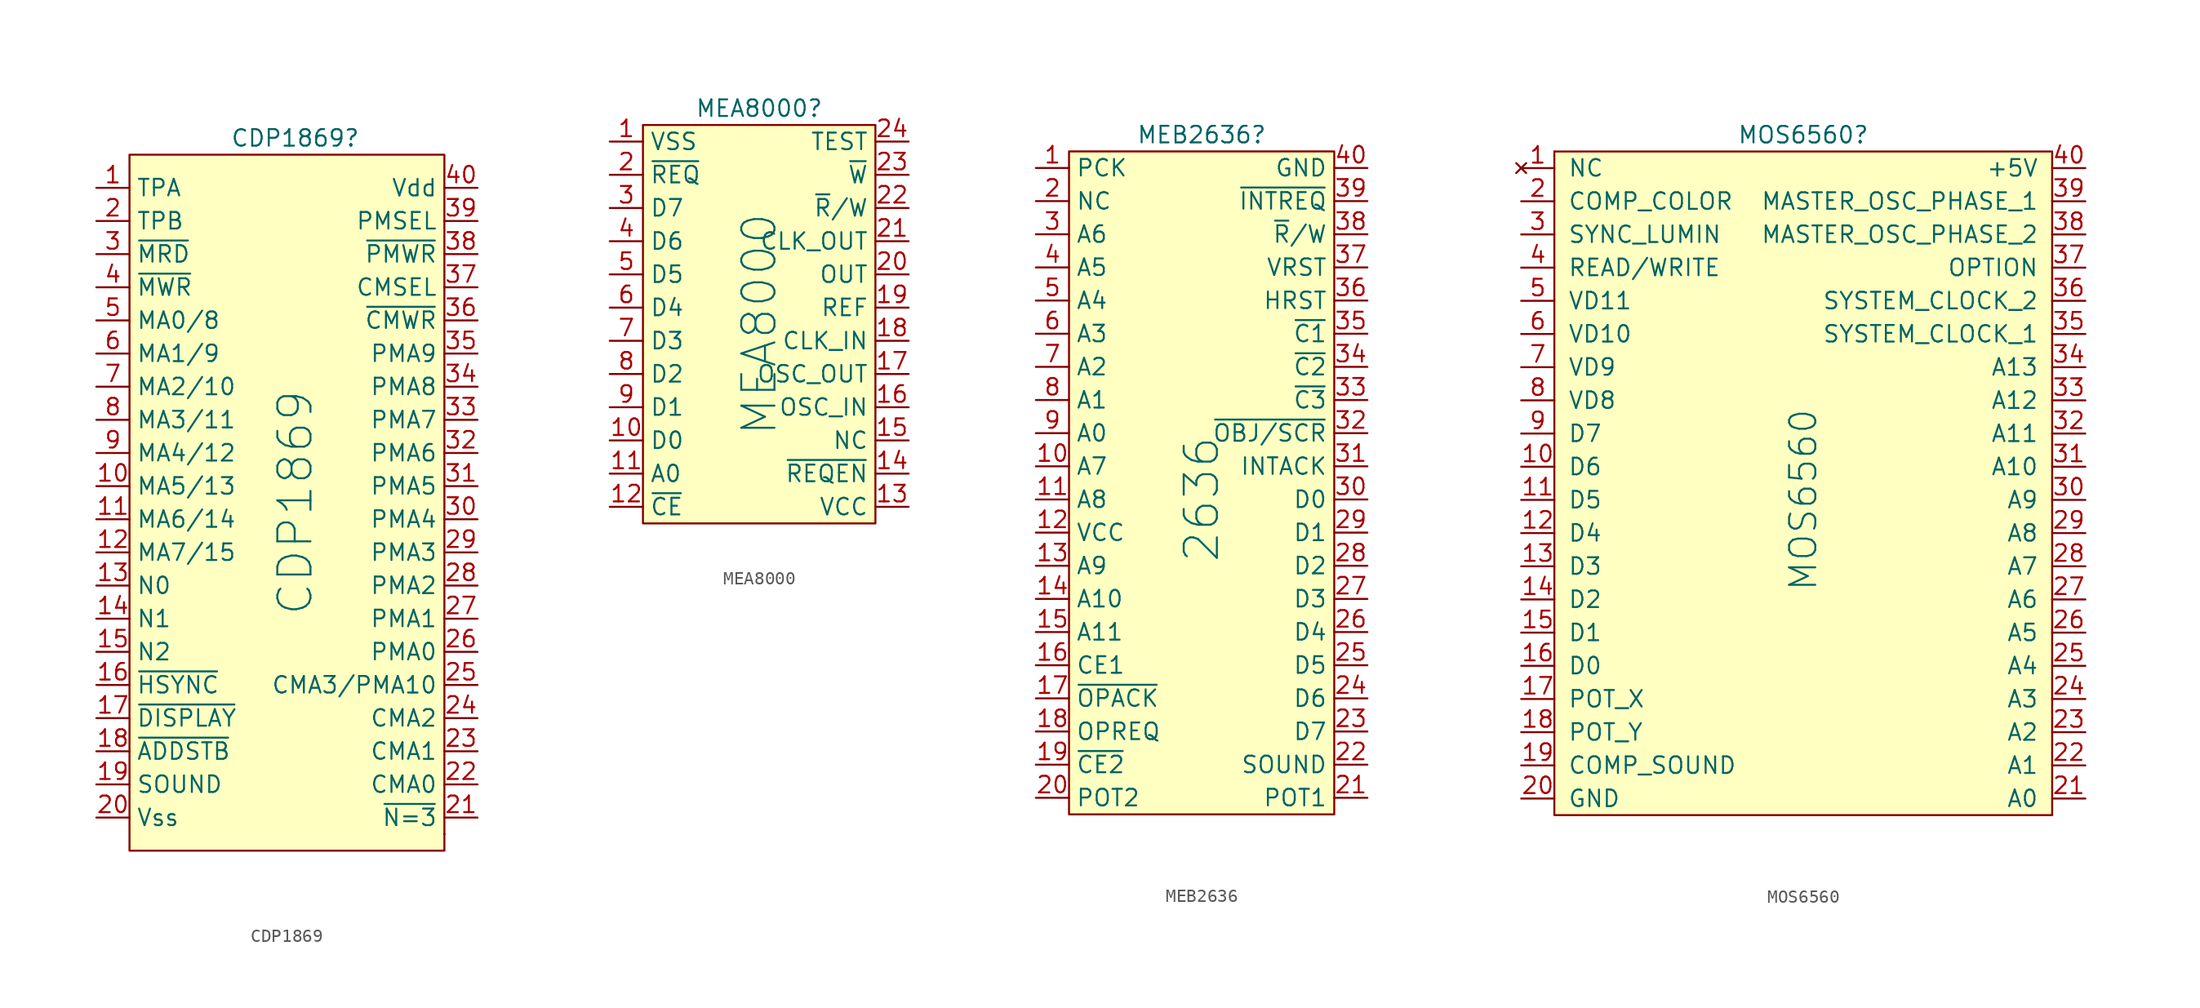
<source format=kicad_sym>
(kicad_symbol_lib
  (version 20220914)
  (generator kicad_symbol_editor)
  (symbol "CDP1869"
    (property "Reference" "CDP1869"
      (at 0 27.94 0)
      (effects (font (size 1.27 1.27))))
    (property "Value" "CDP1869"
      (at 0 0 90)
      (effects (font (size 2.54 2.54))))
    (symbol "CDP1869_0_0"
      (pin input line (at -15.24 24.13 0) (length 2.54) (name "TPA" (effects (font (size 1.27 1.27)))) (number "1" (effects (font (size 1.27 1.27)))))
      (pin input line (at -15.24 1.27 0) (length 2.54) (name "MA5/13" (effects (font (size 1.27 1.27)))) (number "10" (effects (font (size 1.27 1.27)))))
      (pin input line (at -15.24 -1.27 0) (length 2.54) (name "MA6/14" (effects (font (size 1.27 1.27)))) (number "11" (effects (font (size 1.27 1.27)))))
      (pin input line (at -15.24 -3.81 0) (length 2.54) (name "MA7/15" (effects (font (size 1.27 1.27)))) (number "12" (effects (font (size 1.27 1.27)))))
      (pin input line (at -15.24 -6.35 0) (length 2.54) (name "N0" (effects (font (size 1.27 1.27)))) (number "13" (effects (font (size 1.27 1.27)))))
      (pin input line (at -15.24 -8.89 0) (length 2.54) (name "N1" (effects (font (size 1.27 1.27)))) (number "14" (effects (font (size 1.27 1.27)))))
      (pin input line (at -15.24 -11.43 0) (length 2.54) (name "N2" (effects (font (size 1.27 1.27)))) (number "15" (effects (font (size 1.27 1.27)))))
      (pin input line (at -15.24 -13.97 0) (length 2.54) (name "~{HSYNC}" (effects (font (size 1.27 1.27)))) (number "16" (effects (font (size 1.27 1.27)))))
      (pin input line (at -15.24 -16.51 0) (length 2.54) (name "~{DISPLAY}" (effects (font (size 1.27 1.27)))) (number "17" (effects (font (size 1.27 1.27)))))
      (pin input line (at -15.24 -19.05 0) (length 2.54) (name "~{ADDSTB}" (effects (font (size 1.27 1.27)))) (number "18" (effects (font (size 1.27 1.27)))))
      (pin output line (at -15.24 -21.59 0) (length 2.54) (name "SOUND" (effects (font (size 1.27 1.27)))) (number "19" (effects (font (size 1.27 1.27)))))
      (pin input line (at -15.24 21.59 0) (length 2.54) (name "TPB" (effects (font (size 1.27 1.27)))) (number "2" (effects (font (size 1.27 1.27)))))
      (pin input line (at -15.24 19.05 0) (length 2.54) (name "~{MRD}" (effects (font (size 1.27 1.27)))) (number "3" (effects (font (size 1.27 1.27)))))
      (pin input line (at -15.24 16.51 0) (length 2.54) (name "~{MWR}" (effects (font (size 1.27 1.27)))) (number "4" (effects (font (size 1.27 1.27)))))
      (pin input line (at -15.24 13.97 0) (length 2.54) (name "MA0/8" (effects (font (size 1.27 1.27)))) (number "5" (effects (font (size 1.27 1.27)))))
      (pin input line (at -15.24 11.43 0) (length 2.54) (name "MA1/9" (effects (font (size 1.27 1.27)))) (number "6" (effects (font (size 1.27 1.27)))))
      (pin input line (at -15.24 8.89 0) (length 2.54) (name "MA2/10" (effects (font (size 1.27 1.27)))) (number "7" (effects (font (size 1.27 1.27)))))
      (pin input line (at -15.24 6.35 0) (length 2.54) (name "MA3/11" (effects (font (size 1.27 1.27)))) (number "8" (effects (font (size 1.27 1.27)))))
      (pin input line (at -15.24 3.81 0) (length 2.54) (name "MA4/12" (effects (font (size 1.27 1.27)))) (number "9" (effects (font (size 1.27 1.27))))))
    (symbol "CDP1869_0_1"
      (rectangle (start 11.43 -25.4) (end 11.43 -25.4) (stroke (width 0) (type default)) (fill (type none)))
      (rectangle (start 11.43 -25.4) (end 11.43 -25.4) (stroke (width 0) (type default)) (fill (type none))))
    (symbol "CDP1869_1_0"
      (pin passive line (at -15.24 -24.13 0) (length 2.54) (name "Vss" (effects (font (size 1.27 1.27)))) (number "20" (effects (font (size 1.27 1.27)))))
      (pin output line (at 13.97 -24.13 180) (length 2.54) (name "~{N=3}" (effects (font (size 1.27 1.27)))) (number "21" (effects (font (size 1.27 1.27)))))
      (pin output line (at 13.97 -21.59 180) (length 2.54) (name "CMA0" (effects (font (size 1.27 1.27)))) (number "22" (effects (font (size 1.27 1.27)))))
      (pin output line (at 13.97 -19.05 180) (length 2.54) (name "CMA1" (effects (font (size 1.27 1.27)))) (number "23" (effects (font (size 1.27 1.27)))))
      (pin output line (at 13.97 -16.51 180) (length 2.54) (name "CMA2" (effects (font (size 1.27 1.27)))) (number "24" (effects (font (size 1.27 1.27)))))
      (pin output line (at 13.97 -13.97 180) (length 2.54) (name "CMA3/PMA10" (effects (font (size 1.27 1.27)))) (number "25" (effects (font (size 1.27 1.27)))))
      (pin output line (at 13.97 -11.43 180) (length 2.54) (name "PMA0" (effects (font (size 1.27 1.27)))) (number "26" (effects (font (size 1.27 1.27)))))
      (pin output line (at 13.97 -8.89 180) (length 2.54) (name "PMA1" (effects (font (size 1.27 1.27)))) (number "27" (effects (font (size 1.27 1.27)))))
      (pin output line (at 13.97 -6.35 180) (length 2.54) (name "PMA2" (effects (font (size 1.27 1.27)))) (number "28" (effects (font (size 1.27 1.27)))))
      (pin output line (at 13.97 -3.81 180) (length 2.54) (name "PMA3" (effects (font (size 1.27 1.27)))) (number "29" (effects (font (size 1.27 1.27)))))
      (pin output line (at 13.97 -1.27 180) (length 2.54) (name "PMA4" (effects (font (size 1.27 1.27)))) (number "30" (effects (font (size 1.27 1.27)))))
      (pin output line (at 13.97 1.27 180) (length 2.54) (name "PMA5" (effects (font (size 1.27 1.27)))) (number "31" (effects (font (size 1.27 1.27)))))
      (pin output line (at 13.97 3.81 180) (length 2.54) (name "PMA6" (effects (font (size 1.27 1.27)))) (number "32" (effects (font (size 1.27 1.27)))))
      (pin output line (at 13.97 6.35 180) (length 2.54) (name "PMA7" (effects (font (size 1.27 1.27)))) (number "33" (effects (font (size 1.27 1.27)))))
      (pin output line (at 13.97 8.89 180) (length 2.54) (name "PMA8" (effects (font (size 1.27 1.27)))) (number "34" (effects (font (size 1.27 1.27)))))
      (pin output line (at 13.97 11.43 180) (length 2.54) (name "PMA9" (effects (font (size 1.27 1.27)))) (number "35" (effects (font (size 1.27 1.27)))))
      (pin output line (at 13.97 13.97 180) (length 2.54) (name "~{CMWR}" (effects (font (size 1.27 1.27)))) (number "36" (effects (font (size 1.27 1.27)))))
      (pin output line (at 13.97 16.51 180) (length 2.54) (name "CMSEL" (effects (font (size 1.27 1.27)))) (number "37" (effects (font (size 1.27 1.27)))))
      (pin output line (at 13.97 19.05 180) (length 2.54) (name "~{PMWR}" (effects (font (size 1.27 1.27)))) (number "38" (effects (font (size 1.27 1.27)))))
      (pin output line (at 13.97 21.59 180) (length 2.54) (name "PMSEL" (effects (font (size 1.27 1.27)))) (number "39" (effects (font (size 1.27 1.27)))))
      (pin power_in line (at 13.97 24.13 180) (length 2.54) (name "Vdd" (effects (font (size 1.27 1.27)))) (number "40" (effects (font (size 1.27 1.27))))))
    (symbol "CDP1869_1_1"
      (rectangle (start -12.7 26.67) (end 11.43 -26.67) (stroke (width 0) (type default)) (fill (type background)))))
  (symbol "MEA8000"
    (property "Reference" "MEA8000"
      (at 0 16.51 0)
      (effects (font (size 1.27 1.27))))
    (property "Value" "MEA8000"
      (at 0 0 90)
      (effects (font (size 2.54 2.54))))
    (symbol "MEA8000_0_0"
      (pin input line (at -11.43 13.97 0) (length 2.54) (name "VSS" (effects (font (size 1.27 1.27)))) (number "1" (effects (font (size 1.27 1.27)))))
      (pin bidirectional line (at -11.43 -8.89 0) (length 2.54) (name "D0" (effects (font (size 1.27 1.27)))) (number "10" (effects (font (size 1.27 1.27)))))
      (pin input line (at -11.43 -11.43 0) (length 2.54) (name "A0" (effects (font (size 1.27 1.27)))) (number "11" (effects (font (size 1.27 1.27)))))
      (pin input line (at -11.43 -13.97 0) (length 2.54) (name "~{CE}" (effects (font (size 1.27 1.27)))) (number "12" (effects (font (size 1.27 1.27)))))
      (pin power_in line (at 11.43 -13.97 180) (length 2.54) (name "VCC" (effects (font (size 1.27 1.27)))) (number "13" (effects (font (size 1.27 1.27)))))
      (pin input line (at 11.43 -11.43 180) (length 2.54) (name "~{REQEN}" (effects (font (size 1.27 1.27)))) (number "14" (effects (font (size 1.27 1.27)))))
      (pin unspecified line (at 11.43 -8.89 180) (length 2.54) (name "NC" (effects (font (size 1.27 1.27)))) (number "15" (effects (font (size 1.27 1.27)))))
      (pin input line (at 11.43 -6.35 180) (length 2.54) (name "OSC_IN" (effects (font (size 1.27 1.27)))) (number "16" (effects (font (size 1.27 1.27)))))
      (pin output line (at 11.43 -3.81 180) (length 2.54) (name "OSC_OUT" (effects (font (size 1.27 1.27)))) (number "17" (effects (font (size 1.27 1.27)))))
      (pin input line (at 11.43 -1.27 180) (length 2.54) (name "CLK_IN" (effects (font (size 1.27 1.27)))) (number "18" (effects (font (size 1.27 1.27)))))
      (pin input line (at 11.43 1.27 180) (length 2.54) (name "REF" (effects (font (size 1.27 1.27)))) (number "19" (effects (font (size 1.27 1.27)))))
      (pin output line (at -11.43 11.43 0) (length 2.54) (name "~{REQ}" (effects (font (size 1.27 1.27)))) (number "2" (effects (font (size 1.27 1.27)))))
      (pin output line (at 11.43 3.81 180) (length 2.54) (name "OUT" (effects (font (size 1.27 1.27)))) (number "20" (effects (font (size 1.27 1.27)))))
      (pin output line (at 11.43 6.35 180) (length 2.54) (name "CLK_OUT" (effects (font (size 1.27 1.27)))) (number "21" (effects (font (size 1.27 1.27)))))
      (pin input line (at 11.43 8.89 180) (length 2.54) (name "~{R}/W" (effects (font (size 1.27 1.27)))) (number "22" (effects (font (size 1.27 1.27)))))
      (pin input line (at 11.43 11.43 180) (length 2.54) (name "~{W}" (effects (font (size 1.27 1.27)))) (number "23" (effects (font (size 1.27 1.27)))))
      (pin input line (at 11.43 13.97 180) (length 2.54) (name "TEST" (effects (font (size 1.27 1.27)))) (number "24" (effects (font (size 1.27 1.27)))))
      (pin bidirectional line (at -11.43 8.89 0) (length 2.54) (name "D7" (effects (font (size 1.27 1.27)))) (number "3" (effects (font (size 1.27 1.27)))))
      (pin bidirectional line (at -11.43 6.35 0) (length 2.54) (name "D6" (effects (font (size 1.27 1.27)))) (number "4" (effects (font (size 1.27 1.27)))))
      (pin bidirectional line (at -11.43 3.81 0) (length 2.54) (name "D5" (effects (font (size 1.27 1.27)))) (number "5" (effects (font (size 1.27 1.27)))))
      (pin bidirectional line (at -11.43 1.27 0) (length 2.54) (name "D4" (effects (font (size 1.27 1.27)))) (number "6" (effects (font (size 1.27 1.27)))))
      (pin bidirectional line (at -11.43 -1.27 0) (length 2.54) (name "D3" (effects (font (size 1.27 1.27)))) (number "7" (effects (font (size 1.27 1.27)))))
      (pin bidirectional line (at -11.43 -3.81 0) (length 2.54) (name "D2" (effects (font (size 1.27 1.27)))) (number "8" (effects (font (size 1.27 1.27)))))
      (pin bidirectional line (at -11.43 -6.35 0) (length 2.54) (name "D1" (effects (font (size 1.27 1.27)))) (number "9" (effects (font (size 1.27 1.27))))))
    (symbol "MEA8000_1_1"
      (rectangle (start -8.89 15.24) (end 8.89 -15.24) (stroke (width 0) (type default)) (fill (type background)))))
  (symbol "MEB2636"
    (property "Reference" "MEB2636"
      (at 0 26.67 0)
      (effects (font (size 1.27 1.27))))
    (property "Value" "2636"
      (at 0 -1.27 90)
      (effects (font (size 2.54 2.54))))
    (symbol "MEB2636_0_0"
      (pin input line (at -12.7 24.13 0) (length 2.54) (name "PCK" (effects (font (size 1.27 1.27)))) (number "1" (effects (font (size 1.27 1.27)))))
      (pin input line (at -12.7 1.27 0) (length 2.54) (name "A7" (effects (font (size 1.27 1.27)))) (number "10" (effects (font (size 1.27 1.27)))))
      (pin input line (at -12.7 -1.27 0) (length 2.54) (name "A8" (effects (font (size 1.27 1.27)))) (number "11" (effects (font (size 1.27 1.27)))))
      (pin power_in line (at -12.7 -3.81 0) (length 2.54) (name "VCC" (effects (font (size 1.27 1.27)))) (number "12" (effects (font (size 1.27 1.27)))))
      (pin input line (at -12.7 -6.35 0) (length 2.54) (name "A9" (effects (font (size 1.27 1.27)))) (number "13" (effects (font (size 1.27 1.27)))))
      (pin input line (at -12.7 -8.89 0) (length 2.54) (name "A10" (effects (font (size 1.27 1.27)))) (number "14" (effects (font (size 1.27 1.27)))))
      (pin input line (at -12.7 -11.43 0) (length 2.54) (name "A11" (effects (font (size 1.27 1.27)))) (number "15" (effects (font (size 1.27 1.27)))))
      (pin output line (at -12.7 -13.97 0) (length 2.54) (name "CE1" (effects (font (size 1.27 1.27)))) (number "16" (effects (font (size 1.27 1.27)))))
      (pin output line (at -12.7 -16.51 0) (length 2.54) (name "~{OPACK}" (effects (font (size 1.27 1.27)))) (number "17" (effects (font (size 1.27 1.27)))))
      (pin input line (at -12.7 -19.05 0) (length 2.54) (name "OPREQ" (effects (font (size 1.27 1.27)))) (number "18" (effects (font (size 1.27 1.27)))))
      (pin output line (at -12.7 -21.59 0) (length 2.54) (name "~{CE2}" (effects (font (size 1.27 1.27)))) (number "19" (effects (font (size 1.27 1.27)))))
      (pin free line (at -12.7 21.59 0) (length 2.54) (name "NC" (effects (font (size 1.27 1.27)))) (number "2" (effects (font (size 1.27 1.27)))))
      (pin input line (at -12.7 -24.13 0) (length 2.54) (name "POT2" (effects (font (size 1.27 1.27)))) (number "20" (effects (font (size 1.27 1.27)))))
      (pin input line (at 12.7 -24.13 180) (length 2.54) (name "POT1" (effects (font (size 1.27 1.27)))) (number "21" (effects (font (size 1.27 1.27)))))
      (pin output line (at 12.7 -21.59 180) (length 2.54) (name "SOUND" (effects (font (size 1.27 1.27)))) (number "22" (effects (font (size 1.27 1.27)))))
      (pin bidirectional line (at 12.7 -19.05 180) (length 2.54) (name "D7" (effects (font (size 1.27 1.27)))) (number "23" (effects (font (size 1.27 1.27)))))
      (pin bidirectional line (at 12.7 -16.51 180) (length 2.54) (name "D6" (effects (font (size 1.27 1.27)))) (number "24" (effects (font (size 1.27 1.27)))))
      (pin bidirectional line (at 12.7 -13.97 180) (length 2.54) (name "D5" (effects (font (size 1.27 1.27)))) (number "25" (effects (font (size 1.27 1.27)))))
      (pin bidirectional line (at 12.7 -11.43 180) (length 2.54) (name "D4" (effects (font (size 1.27 1.27)))) (number "26" (effects (font (size 1.27 1.27)))))
      (pin bidirectional line (at 12.7 -8.89 180) (length 2.54) (name "D3" (effects (font (size 1.27 1.27)))) (number "27" (effects (font (size 1.27 1.27)))))
      (pin bidirectional line (at 12.7 -6.35 180) (length 2.54) (name "D2" (effects (font (size 1.27 1.27)))) (number "28" (effects (font (size 1.27 1.27)))))
      (pin bidirectional line (at 12.7 -3.81 180) (length 2.54) (name "D1" (effects (font (size 1.27 1.27)))) (number "29" (effects (font (size 1.27 1.27)))))
      (pin input line (at -12.7 19.05 0) (length 2.54) (name "A6" (effects (font (size 1.27 1.27)))) (number "3" (effects (font (size 1.27 1.27)))))
      (pin bidirectional line (at 12.7 -1.27 180) (length 2.54) (name "D0" (effects (font (size 1.27 1.27)))) (number "30" (effects (font (size 1.27 1.27)))))
      (pin input line (at 12.7 1.27 180) (length 2.54) (name "INTACK" (effects (font (size 1.27 1.27)))) (number "31" (effects (font (size 1.27 1.27)))))
      (pin output line (at 12.7 3.81 180) (length 2.54) (name "~{OBJ/SCR}" (effects (font (size 1.27 1.27)))) (number "32" (effects (font (size 1.27 1.27)))))
      (pin output line (at 12.7 6.35 180) (length 2.54) (name "~{C3}\n" (effects (font (size 1.27 1.27)))) (number "33" (effects (font (size 1.27 1.27)))))
      (pin output line (at 12.7 8.89 180) (length 2.54) (name "~{C2}" (effects (font (size 1.27 1.27)))) (number "34" (effects (font (size 1.27 1.27)))))
      (pin output line (at 12.7 11.43 180) (length 2.54) (name "~{C1}" (effects (font (size 1.27 1.27)))) (number "35" (effects (font (size 1.27 1.27)))))
      (pin input line (at 12.7 13.97 180) (length 2.54) (name "HRST" (effects (font (size 1.27 1.27)))) (number "36" (effects (font (size 1.27 1.27)))))
      (pin input line (at 12.7 16.51 180) (length 2.54) (name "VRST" (effects (font (size 1.27 1.27)))) (number "37" (effects (font (size 1.27 1.27)))))
      (pin input line (at 12.7 19.05 180) (length 2.54) (name "~{R}/W" (effects (font (size 1.27 1.27)))) (number "38" (effects (font (size 1.27 1.27)))))
      (pin output line (at 12.7 21.59 180) (length 2.54) (name "~{INTREQ}" (effects (font (size 1.27 1.27)))) (number "39" (effects (font (size 1.27 1.27)))))
      (pin input line (at -12.7 16.51 0) (length 2.54) (name "A5" (effects (font (size 1.27 1.27)))) (number "4" (effects (font (size 1.27 1.27)))))
      (pin passive line (at 12.7 24.13 180) (length 2.54) (name "GND" (effects (font (size 1.27 1.27)))) (number "40" (effects (font (size 1.27 1.27)))))
      (pin input line (at -12.7 13.97 0) (length 2.54) (name "A4" (effects (font (size 1.27 1.27)))) (number "5" (effects (font (size 1.27 1.27)))))
      (pin input line (at -12.7 11.43 0) (length 2.54) (name "A3" (effects (font (size 1.27 1.27)))) (number "6" (effects (font (size 1.27 1.27)))))
      (pin input line (at -12.7 8.89 0) (length 2.54) (name "A2" (effects (font (size 1.27 1.27)))) (number "7" (effects (font (size 1.27 1.27)))))
      (pin input line (at -12.7 6.35 0) (length 2.54) (name "A1" (effects (font (size 1.27 1.27)))) (number "8" (effects (font (size 1.27 1.27)))))
      (pin input line (at -12.7 3.81 0) (length 2.54) (name "A0" (effects (font (size 1.27 1.27)))) (number "9" (effects (font (size 1.27 1.27))))))
    (symbol "MEB2636_1_1"
      (rectangle (start -10.16 25.4) (end 10.16 -25.4) (stroke (width 0) (type default)) (fill (type background)))))
  (symbol "MOS6560"
    (pin_names
      (offset 1.016))
    (property "Reference" "MOS6560"
      (at 0 22.86 0)
      (effects (font (size 1.27 1.27))))
    (property "Value" "MOS6560"
      (at 0 -5.08 90)
      (effects (font (size 2.007 2.007))))
    (symbol "MOS6560_0_1"
      (rectangle (start -19.05 21.59) (end -19.05 21.59) (stroke (width 0) (type solid)) (fill (type none)))
      (rectangle (start -19.05 21.59) (end 19.05 -29.21) (stroke (width 0) (type solid)) (fill (type background))))
    (symbol "MOS6560_1_1"
      (pin no_connect line (at -21.59 20.32 0) (length 2.54) (name "NC" (effects (font (size 1.27 1.27)))) (number "1" (effects (font (size 1.27 1.27)))))
      (pin bidirectional line (at -21.59 -2.54 0) (length 2.54) (name "D6" (effects (font (size 1.27 1.27)))) (number "10" (effects (font (size 1.27 1.27)))))
      (pin bidirectional line (at -21.59 -5.08 0) (length 2.54) (name "D5" (effects (font (size 1.27 1.27)))) (number "11" (effects (font (size 1.27 1.27)))))
      (pin bidirectional line (at -21.59 -7.62 0) (length 2.54) (name "D4" (effects (font (size 1.27 1.27)))) (number "12" (effects (font (size 1.27 1.27)))))
      (pin bidirectional line (at -21.59 -10.16 0) (length 2.54) (name "D3" (effects (font (size 1.27 1.27)))) (number "13" (effects (font (size 1.27 1.27)))))
      (pin bidirectional line (at -21.59 -12.7 0) (length 2.54) (name "D2" (effects (font (size 1.27 1.27)))) (number "14" (effects (font (size 1.27 1.27)))))
      (pin bidirectional line (at -21.59 -15.24 0) (length 2.54) (name "D1" (effects (font (size 1.27 1.27)))) (number "15" (effects (font (size 1.27 1.27)))))
      (pin bidirectional line (at -21.59 -17.78 0) (length 2.54) (name "D0" (effects (font (size 1.27 1.27)))) (number "16" (effects (font (size 1.27 1.27)))))
      (pin input line (at -21.59 -20.32 0) (length 2.54) (name "POT_X" (effects (font (size 1.27 1.27)))) (number "17" (effects (font (size 1.27 1.27)))))
      (pin input line (at -21.59 -22.86 0) (length 2.54) (name "POT_Y" (effects (font (size 1.27 1.27)))) (number "18" (effects (font (size 1.27 1.27)))))
      (pin output line (at -21.59 -25.4 0) (length 2.54) (name "COMP_SOUND" (effects (font (size 1.27 1.27)))) (number "19" (effects (font (size 1.27 1.27)))))
      (pin output line (at -21.59 17.78 0) (length 2.54) (name "COMP_COLOR" (effects (font (size 1.27 1.27)))) (number "2" (effects (font (size 1.27 1.27)))))
      (pin input line (at -21.59 -27.94 0) (length 2.54) (name "GND" (effects (font (size 1.27 1.27)))) (number "20" (effects (font (size 1.27 1.27)))))
      (pin bidirectional line (at 21.59 -27.94 180) (length 2.54) (name "A0" (effects (font (size 1.27 1.27)))) (number "21" (effects (font (size 1.27 1.27)))))
      (pin bidirectional line (at 21.59 -25.4 180) (length 2.54) (name "A1" (effects (font (size 1.27 1.27)))) (number "22" (effects (font (size 1.27 1.27)))))
      (pin bidirectional line (at 21.59 -22.86 180) (length 2.54) (name "A2" (effects (font (size 1.27 1.27)))) (number "23" (effects (font (size 1.27 1.27)))))
      (pin bidirectional line (at 21.59 -20.32 180) (length 2.54) (name "A3" (effects (font (size 1.27 1.27)))) (number "24" (effects (font (size 1.27 1.27)))))
      (pin bidirectional line (at 21.59 -17.78 180) (length 2.54) (name "A4" (effects (font (size 1.27 1.27)))) (number "25" (effects (font (size 1.27 1.27)))))
      (pin bidirectional line (at 21.59 -15.24 180) (length 2.54) (name "A5" (effects (font (size 1.27 1.27)))) (number "26" (effects (font (size 1.27 1.27)))))
      (pin bidirectional line (at 21.59 -12.7 180) (length 2.54) (name "A6" (effects (font (size 1.27 1.27)))) (number "27" (effects (font (size 1.27 1.27)))))
      (pin bidirectional line (at 21.59 -10.16 180) (length 2.54) (name "A7" (effects (font (size 1.27 1.27)))) (number "28" (effects (font (size 1.27 1.27)))))
      (pin bidirectional line (at 21.59 -7.62 180) (length 2.54) (name "A8" (effects (font (size 1.27 1.27)))) (number "29" (effects (font (size 1.27 1.27)))))
      (pin output line (at -21.59 15.24 0) (length 2.54) (name "SYNC_LUMIN" (effects (font (size 1.27 1.27)))) (number "3" (effects (font (size 1.27 1.27)))))
      (pin bidirectional line (at 21.59 -5.08 180) (length 2.54) (name "A9" (effects (font (size 1.27 1.27)))) (number "30" (effects (font (size 1.27 1.27)))))
      (pin bidirectional line (at 21.59 -2.54 180) (length 2.54) (name "A10" (effects (font (size 1.27 1.27)))) (number "31" (effects (font (size 1.27 1.27)))))
      (pin bidirectional line (at 21.59 0 180) (length 2.54) (name "A11" (effects (font (size 1.27 1.27)))) (number "32" (effects (font (size 1.27 1.27)))))
      (pin bidirectional line (at 21.59 2.54 180) (length 2.54) (name "A12" (effects (font (size 1.27 1.27)))) (number "33" (effects (font (size 1.27 1.27)))))
      (pin bidirectional line (at 21.59 5.08 180) (length 2.54) (name "A13" (effects (font (size 1.27 1.27)))) (number "34" (effects (font (size 1.27 1.27)))))
      (pin output line (at 21.59 7.62 180) (length 2.54) (name "SYSTEM_CLOCK_1" (effects (font (size 1.27 1.27)))) (number "35" (effects (font (size 1.27 1.27)))))
      (pin output line (at 21.59 10.16 180) (length 2.54) (name "SYSTEM_CLOCK_2" (effects (font (size 1.27 1.27)))) (number "36" (effects (font (size 1.27 1.27)))))
      (pin output line (at 21.59 12.7 180) (length 2.54) (name "OPTION" (effects (font (size 1.27 1.27)))) (number "37" (effects (font (size 1.27 1.27)))))
      (pin input line (at 21.59 15.24 180) (length 2.54) (name "MASTER_OSC_PHASE_2" (effects (font (size 1.27 1.27)))) (number "38" (effects (font (size 1.27 1.27)))))
      (pin input line (at 21.59 17.78 180) (length 2.54) (name "MASTER_OSC_PHASE_1" (effects (font (size 1.27 1.27)))) (number "39" (effects (font (size 1.27 1.27)))))
      (pin input line (at -21.59 12.7 0) (length 2.54) (name "READ/WRITE" (effects (font (size 1.27 1.27)))) (number "4" (effects (font (size 1.27 1.27)))))
      (pin power_in line (at 21.59 20.32 180) (length 2.54) (name "+5V" (effects (font (size 1.27 1.27)))) (number "40" (effects (font (size 1.27 1.27)))))
      (pin input line (at -21.59 10.16 0) (length 2.54) (name "VD11" (effects (font (size 1.27 1.27)))) (number "5" (effects (font (size 1.27 1.27)))))
      (pin input line (at -21.59 7.62 0) (length 2.54) (name "VD10" (effects (font (size 1.27 1.27)))) (number "6" (effects (font (size 1.27 1.27)))))
      (pin input line (at -21.59 5.08 0) (length 2.54) (name "VD9" (effects (font (size 1.27 1.27)))) (number "7" (effects (font (size 1.27 1.27)))))
      (pin input line (at -21.59 2.54 0) (length 2.54) (name "VD8" (effects (font (size 1.27 1.27)))) (number "8" (effects (font (size 1.27 1.27)))))
      (pin bidirectional line (at -21.59 0 0) (length 2.54) (name "D7" (effects (font (size 1.27 1.27)))) (number "9" (effects (font (size 1.27 1.27))))))))
</source>
